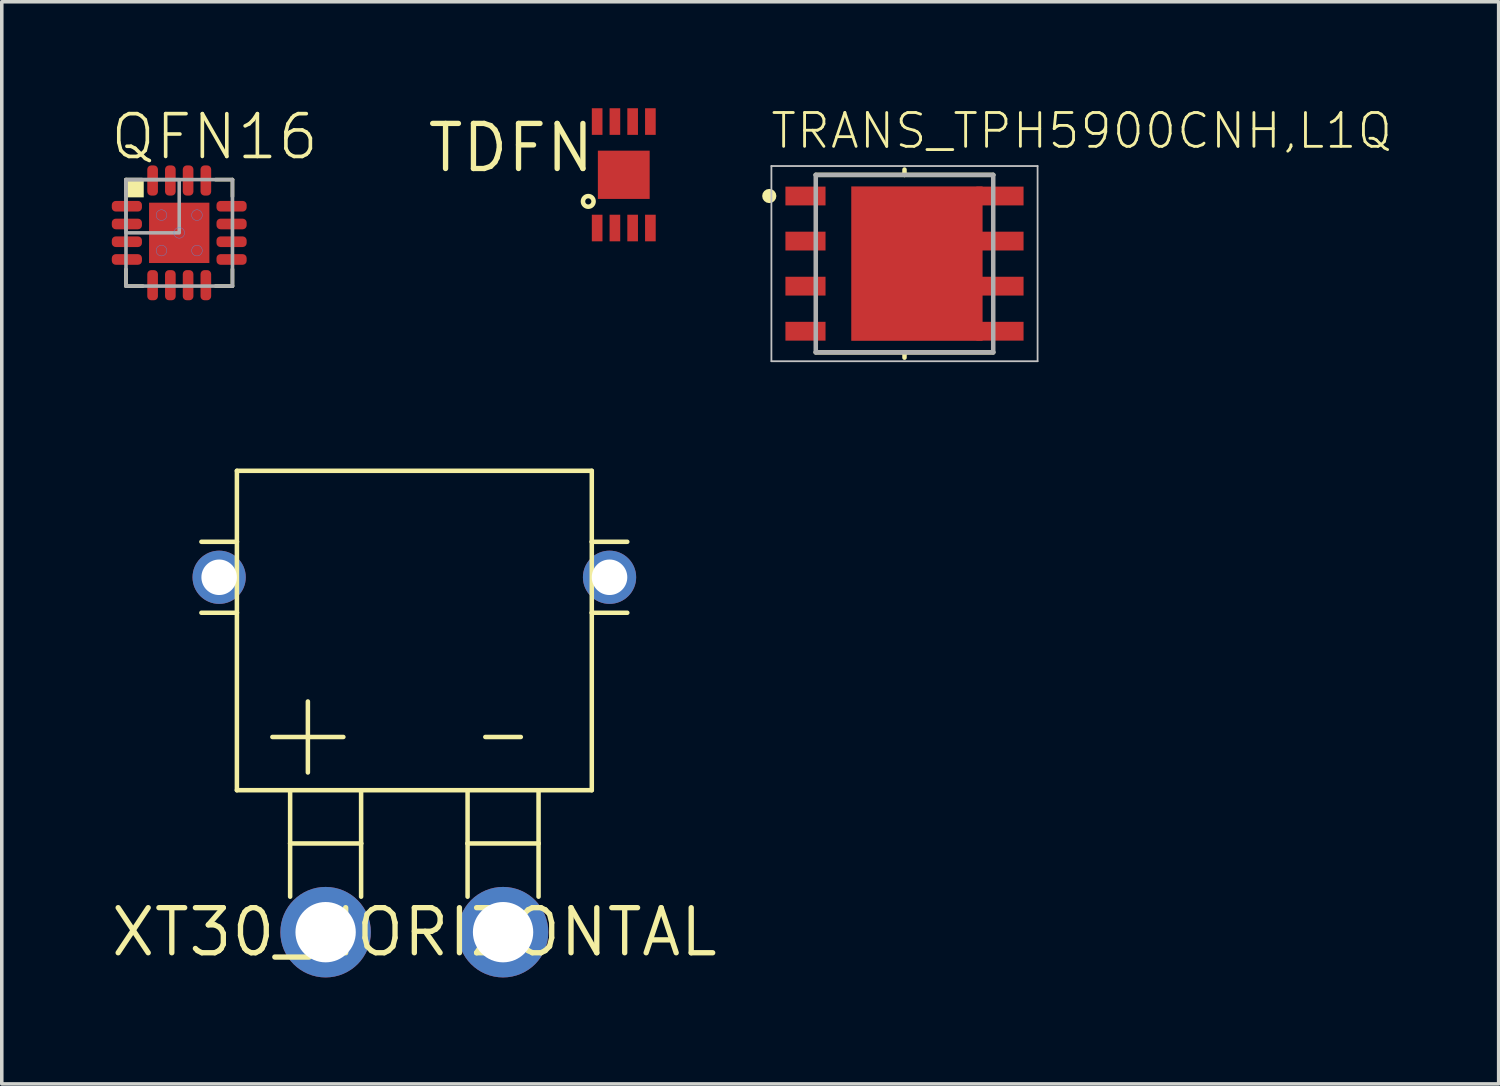
<source format=kicad_pcb>
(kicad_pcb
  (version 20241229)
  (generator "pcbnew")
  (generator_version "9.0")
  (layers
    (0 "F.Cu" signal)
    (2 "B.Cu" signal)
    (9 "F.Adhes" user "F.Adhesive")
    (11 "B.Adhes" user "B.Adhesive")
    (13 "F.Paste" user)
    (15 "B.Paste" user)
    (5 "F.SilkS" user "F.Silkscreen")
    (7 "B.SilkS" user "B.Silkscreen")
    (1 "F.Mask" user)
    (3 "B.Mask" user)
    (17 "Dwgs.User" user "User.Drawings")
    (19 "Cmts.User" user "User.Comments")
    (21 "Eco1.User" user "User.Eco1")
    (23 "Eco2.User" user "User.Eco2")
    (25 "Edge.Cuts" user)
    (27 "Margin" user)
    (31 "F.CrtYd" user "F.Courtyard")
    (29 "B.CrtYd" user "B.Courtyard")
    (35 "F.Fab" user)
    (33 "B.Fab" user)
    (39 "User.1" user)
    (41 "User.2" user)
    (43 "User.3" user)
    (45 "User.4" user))
  (footprint "XT30_HORIZONTAL"
    (layer "F.Cu")
    (at 8.625 23.216)
    (property "Reference" "XT30_HORIZONTAL" (at 0 0 0) (layer "F.SilkS") (effects (font (size 1.27 1.27) (thickness 0.15))))
    (attr through_hole)
    (fp_line (start -5 -13) (end -5 -11) (stroke (width 0.127) (type solid)) (layer "F.SilkS"))
    (fp_line (start -5 -11) (end -6 -11) (stroke (width 0.127) (type solid)) (layer "F.SilkS"))
    (fp_line (start -5 -11) (end -5 -9) (stroke (width 0.127) (type solid)) (layer "F.SilkS"))
    (fp_line (start -5 -9) (end -6 -9) (stroke (width 0.127) (type solid)) (layer "F.SilkS"))
    (fp_line (start -5 -9) (end -5 -4) (stroke (width 0.127) (type solid)) (layer "F.SilkS"))
    (fp_line (start -5 -4) (end -3.5 -4) (stroke (width 0.127) (type solid)) (layer "F.SilkS"))
    (fp_line (start -4 -5.5) (end -2 -5.5) (stroke (width 0.127) (type solid)) (layer "F.SilkS"))
    (fp_line (start -3.5 -4) (end -3.5 -2.5) (stroke (width 0.127) (type solid)) (layer "F.SilkS"))
    (fp_line (start -3.5 -4) (end -1.5 -4) (stroke (width 0.127) (type solid)) (layer "F.SilkS"))
    (fp_line (start -3.5 -2.5) (end -3.5 -1) (stroke (width 0.127) (type solid)) (layer "F.SilkS"))
    (fp_line (start -3.5 -2.5) (end -1.5 -2.5) (stroke (width 0.127) (type solid)) (layer "F.SilkS"))
    (fp_line (start -3 -6.5) (end -3 -4.5) (stroke (width 0.127) (type solid)) (layer "F.SilkS"))
    (fp_line (start -1.5 -4) (end -1.5 -2.5) (stroke (width 0.127) (type solid)) (layer "F.SilkS"))
    (fp_line (start -1.5 -4) (end 1.5 -4) (stroke (width 0.127) (type solid)) (layer "F.SilkS"))
    (fp_line (start -1.5 -2.5) (end -1.5 -1) (stroke (width 0.127) (type solid)) (layer "F.SilkS"))
    (fp_line (start 1.5 -4) (end 1.5 -2.5) (stroke (width 0.127) (type solid)) (layer "F.SilkS"))
    (fp_line (start 1.5 -4) (end 3.5 -4) (stroke (width 0.127) (type solid)) (layer "F.SilkS"))
    (fp_line (start 1.5 -2.5) (end 1.5 -1) (stroke (width 0.127) (type solid)) (layer "F.SilkS"))
    (fp_line (start 1.5 -2.5) (end 3.5 -2.5) (stroke (width 0.127) (type solid)) (layer "F.SilkS"))
    (fp_line (start 2 -5.5) (end 3 -5.5) (stroke (width 0.127) (type solid)) (layer "F.SilkS"))
    (fp_line (start 3.5 -4) (end 3.5 -2.5) (stroke (width 0.127) (type solid)) (layer "F.SilkS"))
    (fp_line (start 3.5 -4) (end 5 -4) (stroke (width 0.127) (type solid)) (layer "F.SilkS"))
    (fp_line (start 3.5 -2.5) (end 3.5 -1) (stroke (width 0.127) (type solid)) (layer "F.SilkS"))
    (fp_line (start 5 -13) (end -5 -13) (stroke (width 0.127) (type solid)) (layer "F.SilkS"))
    (fp_line (start 5 -11) (end 5 -13) (stroke (width 0.127) (type solid)) (layer "F.SilkS"))
    (fp_line (start 5 -11) (end 6 -11) (stroke (width 0.127) (type solid)) (layer "F.SilkS"))
    (fp_line (start 5 -9) (end 5 -11) (stroke (width 0.127) (type solid)) (layer "F.SilkS"))
    (fp_line (start 5 -9) (end 6 -9) (stroke (width 0.127) (type solid)) (layer "F.SilkS"))
    (fp_line (start 5 -4) (end 5 -9) (stroke (width 0.127) (type solid)) (layer "F.SilkS"))
    (pad "+" thru_hole circle (at -2.5 0) (size 2.55 2.55) (drill 1.7) (layers "*.Cu" "*.Mask"))
    (pad "-" thru_hole circle (at 2.5 0) (size 2.55 2.55) (drill 1.7) (layers "*.Cu" "*.Mask"))
    (pad "P$3" thru_hole circle (at 5.5 -10) (size 1.5 1.5) (drill 1) (layers "*.Cu" "*.Mask"))
    (pad "P$4" thru_hole circle (at -5.5 -10) (size 1.5 1.5) (drill 1) (layers "*.Cu" "*.Mask")))
  (footprint "TRANS_TPH5900CNH,L1Q"
    (layer "F.Cu")
    (at 22.436 4.378)
    (property "Reference" "TRANS_TPH5900CNH,L1Q" (at -3.821 -3.184 0) (layer "F.SilkS") (effects (font (size 0.953 0.953) (thickness 0.08)) (justify left bottom)))
    (attr through_hole)
    (fp_line (start 0 -2.5) (end -2.5 -2.5) (stroke (width 0.127) (type solid)) (layer "F.SilkS"))
    (fp_line (start 0 -2.5) (end 0 -2.65) (stroke (width 0.127) (type solid)) (layer "F.SilkS"))
    (fp_line (start 0 2.5) (end -2.5 2.5) (stroke (width 0.127) (type solid)) (layer "F.SilkS"))
    (fp_line (start 0 2.5) (end 0 2.65) (stroke (width 0.127) (type solid)) (layer "F.SilkS"))
    (fp_line (start 2.5 -2.5) (end 0 -2.5) (stroke (width 0.127) (type solid)) (layer "F.SilkS"))
    (fp_line (start 2.5 2.5) (end 0 2.5) (stroke (width 0.127) (type solid)) (layer "F.SilkS"))
    (fp_circle (center -3.81 -1.905) (end -3.71 -1.905) (stroke (width 0.2) (type solid)) (fill no) (layer "F.SilkS"))
    (fp_poly (pts (xy -0.838 -1.48) (xy -0.838 1.483) (xy 1.536 1.483) (xy 1.536 -1.48)) (stroke (width 0) (type solid)) (fill yes) (layer "F.Paste"))
    (fp_line (start -3.75 -2.75) (end -3.75 2.75) (stroke (width 0.05) (type solid)) (layer "Dwgs.User"))
    (fp_line (start -3.75 2.75) (end 3.75 2.75) (stroke (width 0.05) (type solid)) (layer "Dwgs.User"))
    (fp_line (start 3.75 -2.75) (end -3.75 -2.75) (stroke (width 0.05) (type solid)) (layer "Dwgs.User"))
    (fp_line (start 3.75 2.75) (end 3.75 -2.75) (stroke (width 0.05) (type solid)) (layer "Dwgs.User"))
    (fp_line (start -2.5 -2.5) (end -2.5 2.5) (stroke (width 0.127) (type solid)) (layer "F.Fab"))
    (fp_line (start -2.5 2.5) (end 2.5 2.5) (stroke (width 0.127) (type solid)) (layer "F.Fab"))
    (fp_line (start 2.5 -2.5) (end -2.5 -2.5) (stroke (width 0.127) (type solid)) (layer "F.Fab"))
    (fp_line (start 2.5 2.5) (end 2.5 -2.5) (stroke (width 0.127) (type solid)) (layer "F.Fab"))
    (pad "1" smd rect (at -2.79 -1.905) (size 1.13 0.53) (layers "F.Cu" "F.Mask" "F.Paste"))
    (pad "2" smd rect (at -2.79 -0.635) (size 1.13 0.53) (layers "F.Cu" "F.Mask" "F.Paste"))
    (pad "3" smd rect (at -2.79 0.635) (size 1.13 0.53) (layers "F.Cu" "F.Mask" "F.Paste"))
    (pad "4" smd rect (at -2.79 1.905) (size 1.13 0.53) (layers "F.Cu" "F.Mask" "F.Paste"))
    (pad "5" smd rect (at 2.69 1.905) (size 1.33 0.53) (layers "F.Cu" "F.Mask" "F.Paste"))
    (pad "6" smd rect (at 2.69 0.635) (size 1.33 0.53) (layers "F.Cu" "F.Mask" "F.Paste"))
    (pad "7" smd rect (at 2.69 -0.635) (size 1.33 0.53) (layers "F.Cu" "F.Mask" "F.Paste"))
    (pad "8" smd rect (at 2.69 -1.905) (size 1.33 0.53) (layers "F.Cu" "F.Mask" "F.Paste"))
    (pad "EP" smd rect (at 0.35 0) (size 3.7 4.35) (layers "F.Cu" "F.Mask")))
  (footprint "TDFN"
    (layer "F.Cu")
    (at 13.776 0.375)
    (property "Reference" "TDFN" (at 0 0 0) (layer "F.SilkS") (effects (font (size 1.27 1.27) (thickness 0.15)) (justify right top)))
    (attr through_hole)
    (fp_circle (center -0.25 2.25) (end -0.1 2.25) (stroke (width 0.127) (type solid)) (fill no) (layer "F.SilkS"))
    (pad "1" smd rect (at 0 3 90) (size 0.75 0.3) (layers "F.Cu" "F.Mask" "F.Paste"))
    (pad "2" smd rect (at 0.5 3 90) (size 0.75 0.3) (layers "F.Cu" "F.Mask" "F.Paste"))
    (pad "3" smd rect (at 1 3 90) (size 0.75 0.3) (layers "F.Cu" "F.Mask" "F.Paste"))
    (pad "4" smd rect (at 1.5 3 90) (size 0.75 0.3) (layers "F.Cu" "F.Mask" "F.Paste"))
    (pad "5" smd rect (at 1.5 0 90) (size 0.75 0.3) (layers "F.Cu" "F.Mask" "F.Paste"))
    (pad "6" smd rect (at 1 0 90) (size 0.75 0.3) (layers "F.Cu" "F.Mask" "F.Paste"))
    (pad "7" smd rect (at 0.5 0 90) (size 0.75 0.3) (layers "F.Cu" "F.Mask" "F.Paste"))
    (pad "8" smd rect (at 0 0 90) (size 0.75 0.3) (layers "F.Cu" "F.Mask" "F.Paste"))
    (pad "9" smd rect (at 0.75 1.5 90) (size 1.36 1.46) (layers "F.Cu" "F.Mask" "F.Paste")))
  (footprint "QFN16"
    (layer "F.Cu")
    (at 2 3.511)
    (property "Reference" "QFN16" (at -2 -2 0) (layer "F.SilkS") (effects (font (size 1.206 1.206) (thickness 0.102)) (justify left bottom)))
    (attr through_hole)
    (fp_circle (center -1.2 -0.75) (end -1.1 -0.75) (stroke (width 0.2) (type solid)) (fill no) (layer "F.Mask"))
    (fp_circle (center -1.2 -0.25) (end -1.1 -0.25) (stroke (width 0.2) (type solid)) (fill no) (layer "F.Mask"))
    (fp_circle (center -1.2 0.25) (end -1.1 0.25) (stroke (width 0.2) (type solid)) (fill no) (layer "F.Mask"))
    (fp_circle (center -1.2 0.75) (end -1.1 0.75) (stroke (width 0.2) (type solid)) (fill no) (layer "F.Mask"))
    (fp_circle (center -0.75 -1.2) (end -0.65 -1.2) (stroke (width 0.2) (type solid)) (fill no) (layer "F.Mask"))
    (fp_circle (center -0.75 1.2) (end -0.65 1.2) (stroke (width 0.2) (type solid)) (fill no) (layer "F.Mask"))
    (fp_circle (center -0.25 -1.2) (end -0.15 -1.2) (stroke (width 0.2) (type solid)) (fill no) (layer "F.Mask"))
    (fp_circle (center -0.25 1.2) (end -0.15 1.2) (stroke (width 0.2) (type solid)) (fill no) (layer "F.Mask"))
    (fp_circle (center 0.25 -1.2) (end 0.35 -1.2) (stroke (width 0.2) (type solid)) (fill no) (layer "F.Mask"))
    (fp_circle (center 0.25 1.2) (end 0.35 1.2) (stroke (width 0.2) (type solid)) (fill no) (layer "F.Mask"))
    (fp_circle (center 0.75 -1.2) (end 0.85 -1.2) (stroke (width 0.2) (type solid)) (fill no) (layer "F.Mask"))
    (fp_circle (center 0.75 1.2) (end 0.85 1.2) (stroke (width 0.2) (type solid)) (fill no) (layer "F.Mask"))
    (fp_circle (center 1.2 -0.75) (end 1.3 -0.75) (stroke (width 0.2) (type solid)) (fill no) (layer "F.Mask"))
    (fp_circle (center 1.2 -0.25) (end 1.3 -0.25) (stroke (width 0.2) (type solid)) (fill no) (layer "F.Mask"))
    (fp_circle (center 1.2 0.25) (end 1.3 0.25) (stroke (width 0.2) (type solid)) (fill no) (layer "F.Mask"))
    (fp_circle (center 1.2 0.75) (end 1.3 0.75) (stroke (width 0.2) (type solid)) (fill no) (layer "F.Mask"))
    (fp_poly (pts (xy -1.9 -0.55) (xy -1.2 -0.55) (xy -1.2 -0.95) (xy -1.9 -0.95)) (stroke (width 0) (type solid)) (fill yes) (layer "F.Mask"))
    (fp_poly (pts (xy -1.9 -0.05) (xy -1.2 -0.05) (xy -1.2 -0.45) (xy -1.9 -0.45)) (stroke (width 0) (type solid)) (fill yes) (layer "F.Mask"))
    (fp_poly (pts (xy -1.9 0.45) (xy -1.2 0.45) (xy -1.2 0.05) (xy -1.9 0.05)) (stroke (width 0) (type solid)) (fill yes) (layer "F.Mask"))
    (fp_poly (pts (xy -1.9 0.95) (xy -1.2 0.95) (xy -1.2 0.55) (xy -1.9 0.55)) (stroke (width 0) (type solid)) (fill yes) (layer "F.Mask"))
    (fp_poly (pts (xy -0.95 -1.9) (xy -0.95 -1.2) (xy -0.55 -1.2) (xy -0.55 -1.9)) (stroke (width 0) (type solid)) (fill yes) (layer "F.Mask"))
    (fp_poly (pts (xy -0.875 0.875) (xy 0.875 0.875) (xy 0.875 -0.875) (xy -0.875 -0.875)) (stroke (width 0) (type solid)) (fill yes) (layer "F.Mask"))
    (fp_poly (pts (xy -0.55 1.9) (xy -0.55 1.2) (xy -0.95 1.2) (xy -0.95 1.9)) (stroke (width 0) (type solid)) (fill yes) (layer "F.Mask"))
    (fp_poly (pts (xy -0.45 -1.9) (xy -0.45 -1.2) (xy -0.05 -1.2) (xy -0.05 -1.9)) (stroke (width 0) (type solid)) (fill yes) (layer "F.Mask"))
    (fp_poly (pts (xy -0.05 1.9) (xy -0.05 1.2) (xy -0.45 1.2) (xy -0.45 1.9)) (stroke (width 0) (type solid)) (fill yes) (layer "F.Mask"))
    (fp_poly (pts (xy 0.05 -1.9) (xy 0.05 -1.2) (xy 0.45 -1.2) (xy 0.45 -1.9)) (stroke (width 0) (type solid)) (fill yes) (layer "F.Mask"))
    (fp_poly (pts (xy 0.45 1.9) (xy 0.45 1.2) (xy 0.05 1.2) (xy 0.05 1.9)) (stroke (width 0) (type solid)) (fill yes) (layer "F.Mask"))
    (fp_poly (pts (xy 0.55 -1.9) (xy 0.55 -1.2) (xy 0.95 -1.2) (xy 0.95 -1.9)) (stroke (width 0) (type solid)) (fill yes) (layer "F.Mask"))
    (fp_poly (pts (xy 0.95 1.9) (xy 0.95 1.2) (xy 0.55 1.2) (xy 0.55 1.9)) (stroke (width 0) (type solid)) (fill yes) (layer "F.Mask"))
    (fp_poly (pts (xy 1.9 -0.95) (xy 1.2 -0.95) (xy 1.2 -0.55) (xy 1.9 -0.55)) (stroke (width 0) (type solid)) (fill yes) (layer "F.Mask"))
    (fp_poly (pts (xy 1.9 -0.45) (xy 1.2 -0.45) (xy 1.2 -0.05) (xy 1.9 -0.05)) (stroke (width 0) (type solid)) (fill yes) (layer "F.Mask"))
    (fp_poly (pts (xy 1.9 0.05) (xy 1.2 0.05) (xy 1.2 0.45) (xy 1.9 0.45)) (stroke (width 0) (type solid)) (fill yes) (layer "F.Mask"))
    (fp_poly (pts (xy 1.9 0.55) (xy 1.2 0.55) (xy 1.2 0.95) (xy 1.9 0.95)) (stroke (width 0) (type solid)) (fill yes) (layer "F.Mask"))
    (fp_line (start -1.5 -1.5) (end -1.05 -1.5) (stroke (width 0.102) (type solid)) (layer "F.SilkS"))
    (fp_line (start -1.5 -1.05) (end -1.5 -1.5) (stroke (width 0.102) (type solid)) (layer "F.SilkS"))
    (fp_line (start -1.5 1.5) (end -1.5 1.025) (stroke (width 0.102) (type solid)) (layer "F.SilkS"))
    (fp_line (start -1.025 1.5) (end -1.5 1.5) (stroke (width 0.102) (type solid)) (layer "F.SilkS"))
    (fp_line (start 1.025 -1.5) (end 1.5 -1.5) (stroke (width 0.102) (type solid)) (layer "F.SilkS"))
    (fp_line (start 1.5 -1.5) (end 1.5 -1.025) (stroke (width 0.102) (type solid)) (layer "F.SilkS"))
    (fp_line (start 1.5 1.025) (end 1.5 1.5) (stroke (width 0.102) (type solid)) (layer "F.SilkS"))
    (fp_line (start 1.5 1.5) (end 1.025 1.5) (stroke (width 0.102) (type solid)) (layer "F.SilkS"))
    (fp_poly (pts (xy -1.5 -1) (xy -1 -1) (xy -1 -1.5) (xy -1.5 -1.5)) (stroke (width 0) (type solid)) (fill yes) (layer "F.SilkS"))
    (fp_circle (center -1.2 -0.75) (end -1.137 -0.75) (stroke (width 0.125) (type solid)) (fill no) (layer "F.Paste"))
    (fp_circle (center -1.2 -0.25) (end -1.137 -0.25) (stroke (width 0.125) (type solid)) (fill no) (layer "F.Paste"))
    (fp_circle (center -1.2 0.25) (end -1.137 0.25) (stroke (width 0.125) (type solid)) (fill no) (layer "F.Paste"))
    (fp_circle (center -1.2 0.75) (end -1.137 0.75) (stroke (width 0.125) (type solid)) (fill no) (layer "F.Paste"))
    (fp_circle (center -0.75 -1.2) (end -0.688 -1.2) (stroke (width 0.125) (type solid)) (fill no) (layer "F.Paste"))
    (fp_circle (center -0.75 1.2) (end -0.688 1.2) (stroke (width 0.125) (type solid)) (fill no) (layer "F.Paste"))
    (fp_circle (center -0.25 -1.2) (end -0.188 -1.2) (stroke (width 0.125) (type solid)) (fill no) (layer "F.Paste"))
    (fp_circle (center -0.25 1.2) (end -0.188 1.2) (stroke (width 0.125) (type solid)) (fill no) (layer "F.Paste"))
    (fp_circle (center 0.25 -1.2) (end 0.312 -1.2) (stroke (width 0.125) (type solid)) (fill no) (layer "F.Paste"))
    (fp_circle (center 0.25 1.2) (end 0.312 1.2) (stroke (width 0.125) (type solid)) (fill no) (layer "F.Paste"))
    (fp_circle (center 0.75 -1.2) (end 0.812 -1.2) (stroke (width 0.125) (type solid)) (fill no) (layer "F.Paste"))
    (fp_circle (center 0.75 1.2) (end 0.812 1.2) (stroke (width 0.125) (type solid)) (fill no) (layer "F.Paste"))
    (fp_circle (center 1.2 -0.75) (end 1.262 -0.75) (stroke (width 0.125) (type solid)) (fill no) (layer "F.Paste"))
    (fp_circle (center 1.2 -0.25) (end 1.262 -0.25) (stroke (width 0.125) (type solid)) (fill no) (layer "F.Paste"))
    (fp_circle (center 1.2 0.25) (end 1.262 0.25) (stroke (width 0.125) (type solid)) (fill no) (layer "F.Paste"))
    (fp_circle (center 1.2 0.75) (end 1.262 0.75) (stroke (width 0.125) (type solid)) (fill no) (layer "F.Paste"))
    (fp_poly (pts (xy -1.85 -0.625) (xy -1.2 -0.625) (xy -1.2 -0.875) (xy -1.85 -0.875)) (stroke (width 0) (type solid)) (fill yes) (layer "F.Paste"))
    (fp_poly (pts (xy -1.85 -0.125) (xy -1.2 -0.125) (xy -1.2 -0.375) (xy -1.85 -0.375)) (stroke (width 0) (type solid)) (fill yes) (layer "F.Paste"))
    (fp_poly (pts (xy -1.85 0.375) (xy -1.2 0.375) (xy -1.2 0.125) (xy -1.85 0.125)) (stroke (width 0) (type solid)) (fill yes) (layer "F.Paste"))
    (fp_poly (pts (xy -1.85 0.875) (xy -1.2 0.875) (xy -1.2 0.625) (xy -1.85 0.625)) (stroke (width 0) (type solid)) (fill yes) (layer "F.Paste"))
    (fp_poly (pts (xy -0.875 -1.85) (xy -0.875 -1.2) (xy -0.625 -1.2) (xy -0.625 -1.85)) (stroke (width 0) (type solid)) (fill yes) (layer "F.Paste"))
    (fp_poly (pts (xy -0.625 1.85) (xy -0.625 1.2) (xy -0.875 1.2) (xy -0.875 1.85)) (stroke (width 0) (type solid)) (fill yes) (layer "F.Paste"))
    (fp_poly (pts (xy -0.375 -1.85) (xy -0.375 -1.2) (xy -0.125 -1.2) (xy -0.125 -1.85)) (stroke (width 0) (type solid)) (fill yes) (layer "F.Paste"))
    (fp_poly (pts (xy -0.125 1.85) (xy -0.125 1.2) (xy -0.375 1.2) (xy -0.375 1.85)) (stroke (width 0) (type solid)) (fill yes) (layer "F.Paste"))
    (fp_poly (pts (xy -0.1 -0.1) (xy -0.1 -0.8) (xy -0.8 -0.8) (xy -0.8 -0.1)) (stroke (width 0) (type solid)) (fill yes) (layer "F.Paste"))
    (fp_poly (pts (xy -0.1 0.1) (xy -0.8 0.1) (xy -0.8 0.8) (xy -0.1 0.8)) (stroke (width 0) (type solid)) (fill yes) (layer "F.Paste"))
    (fp_poly (pts (xy 0.1 -0.1) (xy 0.8 -0.1) (xy 0.8 -0.8) (xy 0.1 -0.8)) (stroke (width 0) (type solid)) (fill yes) (layer "F.Paste"))
    (fp_poly (pts (xy 0.1 0.1) (xy 0.1 0.8) (xy 0.8 0.8) (xy 0.8 0.1)) (stroke (width 0) (type solid)) (fill yes) (layer "F.Paste"))
    (fp_poly (pts (xy 0.125 -1.85) (xy 0.125 -1.2) (xy 0.375 -1.2) (xy 0.375 -1.85)) (stroke (width 0) (type solid)) (fill yes) (layer "F.Paste"))
    (fp_poly (pts (xy 0.375 1.85) (xy 0.375 1.2) (xy 0.125 1.2) (xy 0.125 1.85)) (stroke (width 0) (type solid)) (fill yes) (layer "F.Paste"))
    (fp_poly (pts (xy 0.625 -1.85) (xy 0.625 -1.2) (xy 0.875 -1.2) (xy 0.875 -1.85)) (stroke (width 0) (type solid)) (fill yes) (layer "F.Paste"))
    (fp_poly (pts (xy 0.875 1.85) (xy 0.875 1.2) (xy 0.625 1.2) (xy 0.625 1.85)) (stroke (width 0) (type solid)) (fill yes) (layer "F.Paste"))
    (fp_poly (pts (xy 1.85 -0.875) (xy 1.2 -0.875) (xy 1.2 -0.625) (xy 1.85 -0.625)) (stroke (width 0) (type solid)) (fill yes) (layer "F.Paste"))
    (fp_poly (pts (xy 1.85 -0.375) (xy 1.2 -0.375) (xy 1.2 -0.125) (xy 1.85 -0.125)) (stroke (width 0) (type solid)) (fill yes) (layer "F.Paste"))
    (fp_poly (pts (xy 1.85 0.125) (xy 1.2 0.125) (xy 1.2 0.375) (xy 1.85 0.375)) (stroke (width 0) (type solid)) (fill yes) (layer "F.Paste"))
    (fp_poly (pts (xy 1.85 0.625) (xy 1.2 0.625) (xy 1.2 0.875) (xy 1.85 0.875)) (stroke (width 0) (type solid)) (fill yes) (layer "F.Paste"))
    (fp_circle (center -0.5 -0.5) (end -0.35 -0.5) (stroke (width 0.01) (type solid)) (fill no) (layer "Cmts.User"))
    (fp_circle (center -0.5 0.5) (end -0.35 0.5) (stroke (width 0.01) (type solid)) (fill no) (layer "Cmts.User"))
    (fp_circle (center 0 0) (end 0.15 0) (stroke (width 0.01) (type solid)) (fill no) (layer "Cmts.User"))
    (fp_circle (center 0.5 -0.5) (end 0.65 -0.5) (stroke (width 0.01) (type solid)) (fill no) (layer "Cmts.User"))
    (fp_circle (center 0.5 0.5) (end 0.65 0.5) (stroke (width 0.01) (type solid)) (fill no) (layer "Cmts.User"))
    (fp_line (start -1.5 -1.5) (end 1.5 -1.5) (stroke (width 0.102) (type solid)) (layer "F.Fab"))
    (fp_line (start -1.5 1.5) (end -1.5 -1.5) (stroke (width 0.102) (type solid)) (layer "F.Fab"))
    (fp_line (start 1.5 -1.5) (end 1.5 1.5) (stroke (width 0.102) (type solid)) (layer "F.Fab"))
    (fp_line (start 1.5 1.5) (end -1.5 1.5) (stroke (width 0.102) (type solid)) (layer "F.Fab"))
    (fp_poly (pts (xy -1.5 0) (xy 0 0) (xy 0 -1.5) (xy -1.5 -1.5)) (stroke (width 0.1) (type solid)) (fill no) (layer "F.Fab"))
    (pad "1" smd roundrect (at -1.475 -0.75) (size 0.85 0.3) (layers "F.Cu" "F.Mask") (roundrect_rratio 0.375))
    (pad "2" smd roundrect (at -1.475 -0.25) (size 0.85 0.3) (layers "F.Cu" "F.Mask") (roundrect_rratio 0.375))
    (pad "3" smd roundrect (at -1.475 0.25) (size 0.85 0.3) (layers "F.Cu" "F.Mask") (roundrect_rratio 0.375))
    (pad "4" smd roundrect (at -1.475 0.75) (size 0.85 0.3) (layers "F.Cu" "F.Mask") (roundrect_rratio 0.375))
    (pad "5" smd roundrect (at -0.75 1.475 90) (size 0.85 0.3) (layers "F.Cu" "F.Mask") (roundrect_rratio 0.375))
    (pad "6" smd roundrect (at -0.25 1.475 90) (size 0.85 0.3) (layers "F.Cu" "F.Mask") (roundrect_rratio 0.375))
    (pad "7" smd roundrect (at 0.25 1.475 90) (size 0.85 0.3) (layers "F.Cu" "F.Mask") (roundrect_rratio 0.375))
    (pad "8" smd roundrect (at 0.75 1.475 90) (size 0.85 0.3) (layers "F.Cu" "F.Mask") (roundrect_rratio 0.375))
    (pad "9" smd roundrect (at 1.475 0.75 180) (size 0.85 0.3) (layers "F.Cu" "F.Mask") (roundrect_rratio 0.375))
    (pad "10" smd roundrect (at 1.475 0.25 180) (size 0.85 0.3) (layers "F.Cu" "F.Mask") (roundrect_rratio 0.375))
    (pad "11" smd roundrect (at 1.475 -0.25 180) (size 0.85 0.3) (layers "F.Cu" "F.Mask") (roundrect_rratio 0.375))
    (pad "12" smd roundrect (at 1.475 -0.75 180) (size 0.85 0.3) (layers "F.Cu" "F.Mask") (roundrect_rratio 0.375))
    (pad "13" smd roundrect (at 0.75 -1.475 270) (size 0.85 0.3) (layers "F.Cu" "F.Mask") (roundrect_rratio 0.375))
    (pad "14" smd roundrect (at 0.25 -1.475 270) (size 0.85 0.3) (layers "F.Cu" "F.Mask") (roundrect_rratio 0.375))
    (pad "15" smd roundrect (at -0.25 -1.475 270) (size 0.85 0.3) (layers "F.Cu" "F.Mask") (roundrect_rratio 0.375))
    (pad "16" smd roundrect (at -0.75 -1.475 270) (size 0.85 0.3) (layers "F.Cu" "F.Mask") (roundrect_rratio 0.375))
    (pad "TH" smd rect (at 0 0) (size 1.7 1.7) (layers "F.Cu" "F.Mask")))
  (gr_rect
    (start -3 -3)
    (end 39.178 27.491)
    (stroke (width 0.1) (type default))
    (fill no)
    (layer "Edge.Cuts")))
</source>
